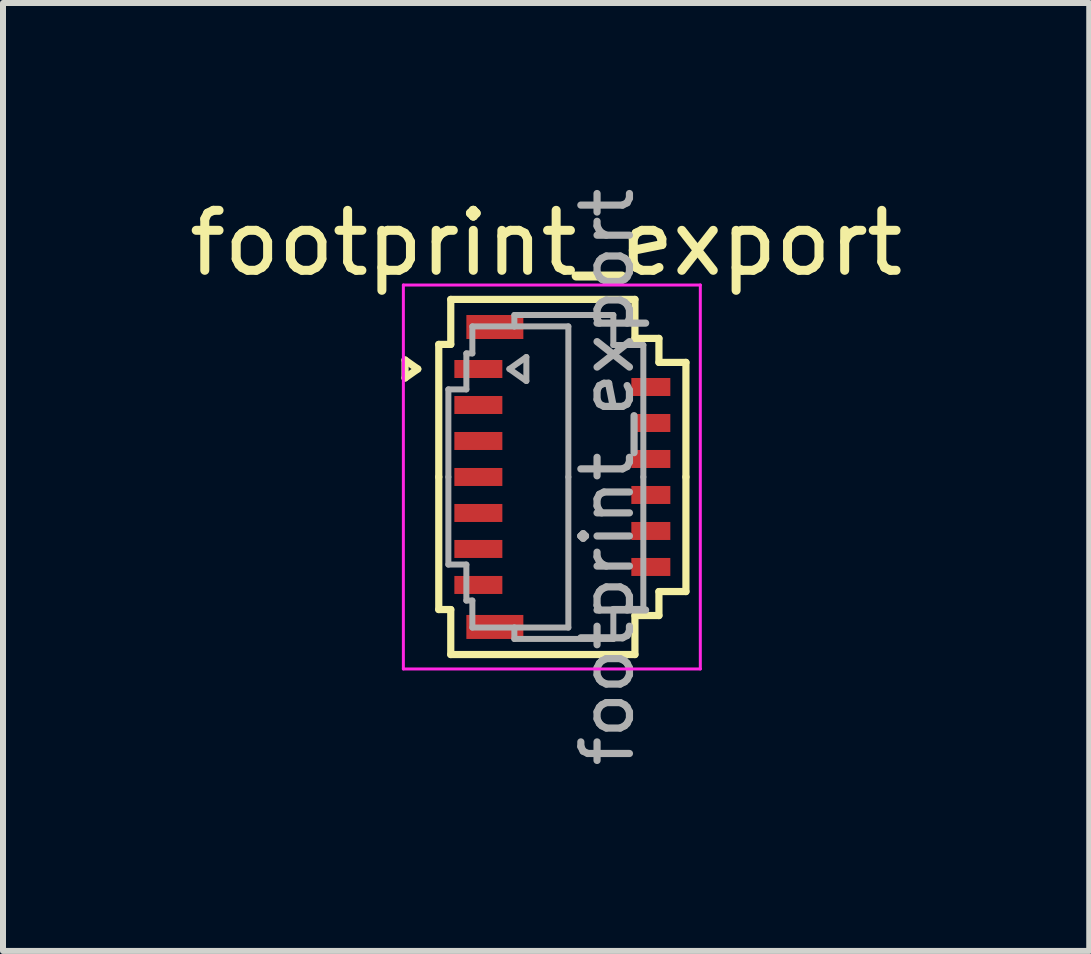
<source format=kicad_pcb>
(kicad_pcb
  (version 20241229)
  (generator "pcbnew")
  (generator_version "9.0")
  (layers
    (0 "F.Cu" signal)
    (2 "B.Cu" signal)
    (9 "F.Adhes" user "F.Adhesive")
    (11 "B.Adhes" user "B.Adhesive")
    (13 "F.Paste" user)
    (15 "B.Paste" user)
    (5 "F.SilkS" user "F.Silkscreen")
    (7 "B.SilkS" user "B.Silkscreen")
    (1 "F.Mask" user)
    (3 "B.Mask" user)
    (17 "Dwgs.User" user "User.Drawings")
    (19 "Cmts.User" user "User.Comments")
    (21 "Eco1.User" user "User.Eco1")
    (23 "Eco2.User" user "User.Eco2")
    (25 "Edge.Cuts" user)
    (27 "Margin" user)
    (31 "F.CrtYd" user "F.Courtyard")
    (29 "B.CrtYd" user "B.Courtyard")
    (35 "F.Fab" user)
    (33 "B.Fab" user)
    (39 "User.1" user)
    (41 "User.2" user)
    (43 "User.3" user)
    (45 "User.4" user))
  (footprint "footprint_export"
    (layer "F.Cu")
    (at 6.324 4.901)
    (property "Reference" "footprint_export" (at -0.27 -3.9 0) (layer "F.SilkS") (effects (font (size 1 1) (thickness 0.15))))
    (attr smd)
    (fp_line (start -2.622 -1.95) (end -2.41 -1.8) (stroke (width 0.12) (type solid)) (layer "F.SilkS"))
    (fp_line (start -2.622 -1.65) (end -2.622 -1.95) (stroke (width 0.12) (type solid)) (layer "F.SilkS"))
    (fp_line (start -2.41 -1.8) (end -2.622 -1.65) (stroke (width 0.12) (type solid)) (layer "F.SilkS"))
    (fp_line (start -2.06 -2.21) (end -2.06 0) (stroke (width 0.12) (type solid)) (layer "F.SilkS"))
    (fp_line (start -2.06 2.21) (end -2.06 0) (stroke (width 0.12) (type solid)) (layer "F.SilkS"))
    (fp_line (start -1.86 -2.96) (end -1.86 -2.21) (stroke (width 0.12) (type solid)) (layer "F.SilkS"))
    (fp_line (start -1.86 -2.21) (end -2.06 -2.21) (stroke (width 0.12) (type solid)) (layer "F.SilkS"))
    (fp_line (start -1.86 2.21) (end -2.06 2.21) (stroke (width 0.12) (type solid)) (layer "F.SilkS"))
    (fp_line (start -1.86 2.96) (end -1.86 2.21) (stroke (width 0.12) (type solid)) (layer "F.SilkS"))
    (fp_line (start 1.21 -2.96) (end -1.86 -2.96) (stroke (width 0.12) (type solid)) (layer "F.SilkS"))
    (fp_line (start 1.21 -2.31) (end 1.21 -2.96) (stroke (width 0.12) (type solid)) (layer "F.SilkS"))
    (fp_line (start 1.21 2.31) (end 1.21 2.96) (stroke (width 0.12) (type solid)) (layer "F.SilkS"))
    (fp_line (start 1.21 2.96) (end -1.86 2.96) (stroke (width 0.12) (type solid)) (layer "F.SilkS"))
    (fp_line (start 1.61 -2.31) (end 1.21 -2.31) (stroke (width 0.12) (type solid)) (layer "F.SilkS"))
    (fp_line (start 1.61 -1.91) (end 1.61 -2.31) (stroke (width 0.12) (type solid)) (layer "F.SilkS"))
    (fp_line (start 1.61 1.91) (end 1.61 2.31) (stroke (width 0.12) (type solid)) (layer "F.SilkS"))
    (fp_line (start 1.61 2.31) (end 1.21 2.31) (stroke (width 0.12) (type solid)) (layer "F.SilkS"))
    (fp_line (start 2.06 -1.91) (end 1.61 -1.91) (stroke (width 0.12) (type solid)) (layer "F.SilkS"))
    (fp_line (start 2.06 0) (end 2.06 -1.91) (stroke (width 0.12) (type solid)) (layer "F.SilkS"))
    (fp_line (start 2.06 0) (end 2.06 1.91) (stroke (width 0.12) (type solid)) (layer "F.SilkS"))
    (fp_line (start 2.06 1.91) (end 1.61 1.91) (stroke (width 0.12) (type solid)) (layer "F.SilkS"))
    (fp_line (start -2.65 -3.2) (end -2.65 3.2) (stroke (width 0.05) (type solid)) (layer "F.CrtYd"))
    (fp_line (start -2.65 3.2) (end 2.3 3.2) (stroke (width 0.05) (type solid)) (layer "F.CrtYd"))
    (fp_line (start 2.3 -3.2) (end -2.65 -3.2) (stroke (width 0.05) (type solid)) (layer "F.CrtYd"))
    (fp_line (start 2.3 3.2) (end 2.3 -3.2) (stroke (width 0.05) (type solid)) (layer "F.CrtYd"))
    (fp_line (start -1.9 -1.46) (end -1.6 -1.46) (stroke (width 0.1) (type solid)) (layer "F.Fab"))
    (fp_line (start -1.9 0) (end -1.9 -1.46) (stroke (width 0.1) (type solid)) (layer "F.Fab"))
    (fp_line (start -1.9 0) (end -1.9 1.46) (stroke (width 0.1) (type solid)) (layer "F.Fab"))
    (fp_line (start -1.9 1.46) (end -1.6 1.46) (stroke (width 0.1) (type solid)) (layer "F.Fab"))
    (fp_line (start -1.6 -2.06) (end -1.5 -2.06) (stroke (width 0.1) (type solid)) (layer "F.Fab"))
    (fp_line (start -1.6 -1.46) (end -1.6 -2.06) (stroke (width 0.1) (type solid)) (layer "F.Fab"))
    (fp_line (start -1.6 1.46) (end -1.6 2.06) (stroke (width 0.1) (type solid)) (layer "F.Fab"))
    (fp_line (start -1.6 2.06) (end -1.5 2.06) (stroke (width 0.1) (type solid)) (layer "F.Fab"))
    (fp_line (start -1.5 -2.51) (end -0.8 -2.51) (stroke (width 0.1) (type solid)) (layer "F.Fab"))
    (fp_line (start -1.5 -2.06) (end -1.5 -2.51) (stroke (width 0.1) (type solid)) (layer "F.Fab"))
    (fp_line (start -1.5 2.06) (end -1.5 2.51) (stroke (width 0.1) (type solid)) (layer "F.Fab"))
    (fp_line (start -1.5 2.51) (end -0.8 2.51) (stroke (width 0.1) (type solid)) (layer "F.Fab"))
    (fp_line (start -0.883 -1.8) (end -0.6 -1.6) (stroke (width 0.1) (type solid)) (layer "F.Fab"))
    (fp_line (start -0.8 -2.7) (end 0.85 -2.7) (stroke (width 0.1) (type solid)) (layer "F.Fab"))
    (fp_line (start -0.8 -2.51) (end -0.8 -2.7) (stroke (width 0.1) (type solid)) (layer "F.Fab"))
    (fp_line (start -0.8 2.51) (end -0.8 2.7) (stroke (width 0.1) (type solid)) (layer "F.Fab"))
    (fp_line (start -0.8 2.7) (end 0.85 2.7) (stroke (width 0.1) (type solid)) (layer "F.Fab"))
    (fp_line (start -0.6 -2) (end -0.883 -1.8) (stroke (width 0.1) (type solid)) (layer "F.Fab"))
    (fp_line (start -0.6 -1.6) (end -0.6 -2) (stroke (width 0.1) (type solid)) (layer "F.Fab"))
    (fp_line (start 0.1 -2.51) (end -0.8 -2.51) (stroke (width 0.1) (type solid)) (layer "F.Fab"))
    (fp_line (start 0.1 0) (end 0.1 -2.51) (stroke (width 0.1) (type solid)) (layer "F.Fab"))
    (fp_line (start 0.1 0) (end 0.1 2.51) (stroke (width 0.1) (type solid)) (layer "F.Fab"))
    (fp_line (start 0.1 2.51) (end -0.8 2.51) (stroke (width 0.1) (type solid)) (layer "F.Fab"))
    (fp_line (start 0.85 -2.7) (end 0.85 -2.2) (stroke (width 0.1) (type solid)) (layer "F.Fab"))
    (fp_line (start 0.85 -2.2) (end 1.35 -2.2) (stroke (width 0.1) (type solid)) (layer "F.Fab"))
    (fp_line (start 0.85 2.2) (end 1.35 2.2) (stroke (width 0.1) (type solid)) (layer "F.Fab"))
    (fp_line (start 0.85 2.7) (end 0.85 2.2) (stroke (width 0.1) (type solid)) (layer "F.Fab"))
    (fp_line (start 1.35 -2.2) (end 1.35 0) (stroke (width 0.1) (type solid)) (layer "F.Fab"))
    (fp_line (start 1.35 2.2) (end 1.35 0) (stroke (width 0.1) (type solid)) (layer "F.Fab"))
    (fp_text user "${REFERENCE}" (at 0.75 0 90) (layer "F.Fab") (effects (font (size 0.81 0.81) (thickness 0.12))))
    (pad "1" smd rect (at -1.4 -1.8) (size 0.8 0.3) (layers "F.Cu" "F.Mask" "F.Paste"))
    (pad "2" smd rect (at 1.475 -1.5) (size 0.65 0.3) (layers "F.Cu" "F.Mask" "F.Paste"))
    (pad "3" smd rect (at -1.4 -1.2) (size 0.8 0.3) (layers "F.Cu" "F.Mask" "F.Paste"))
    (pad "4" smd rect (at 1.475 -0.9) (size 0.65 0.3) (layers "F.Cu" "F.Mask" "F.Paste"))
    (pad "5" smd rect (at -1.4 -0.6) (size 0.8 0.3) (layers "F.Cu" "F.Mask" "F.Paste"))
    (pad "6" smd rect (at 1.475 -0.3) (size 0.65 0.3) (layers "F.Cu" "F.Mask" "F.Paste"))
    (pad "7" smd rect (at -1.4 0) (size 0.8 0.3) (layers "F.Cu" "F.Mask" "F.Paste"))
    (pad "8" smd rect (at 1.475 0.3) (size 0.65 0.3) (layers "F.Cu" "F.Mask" "F.Paste"))
    (pad "9" smd rect (at -1.4 0.6) (size 0.8 0.3) (layers "F.Cu" "F.Mask" "F.Paste"))
    (pad "10" smd rect (at 1.475 0.9) (size 0.65 0.3) (layers "F.Cu" "F.Mask" "F.Paste"))
    (pad "11" smd rect (at -1.4 1.2) (size 0.8 0.3) (layers "F.Cu" "F.Mask" "F.Paste"))
    (pad "12" smd rect (at 1.475 1.5) (size 0.65 0.3) (layers "F.Cu" "F.Mask" "F.Paste"))
    (pad "13" smd rect (at -1.4 1.8) (size 0.8 0.3) (layers "F.Cu" "F.Mask" "F.Paste"))
    (pad "MP" smd rect (at -1.125 -2.5) (size 0.95 0.4) (layers "F.Cu" "F.Mask" "F.Paste"))
    (pad "MP" smd rect (at -1.125 2.5) (size 0.95 0.4) (layers "F.Cu" "F.Mask" "F.Paste")))
  (gr_rect
    (start -3 -3)
    (end 15.107 12.802)
    (stroke (width 0.1) (type default))
    (fill no)
    (layer "Edge.Cuts")))
</source>
